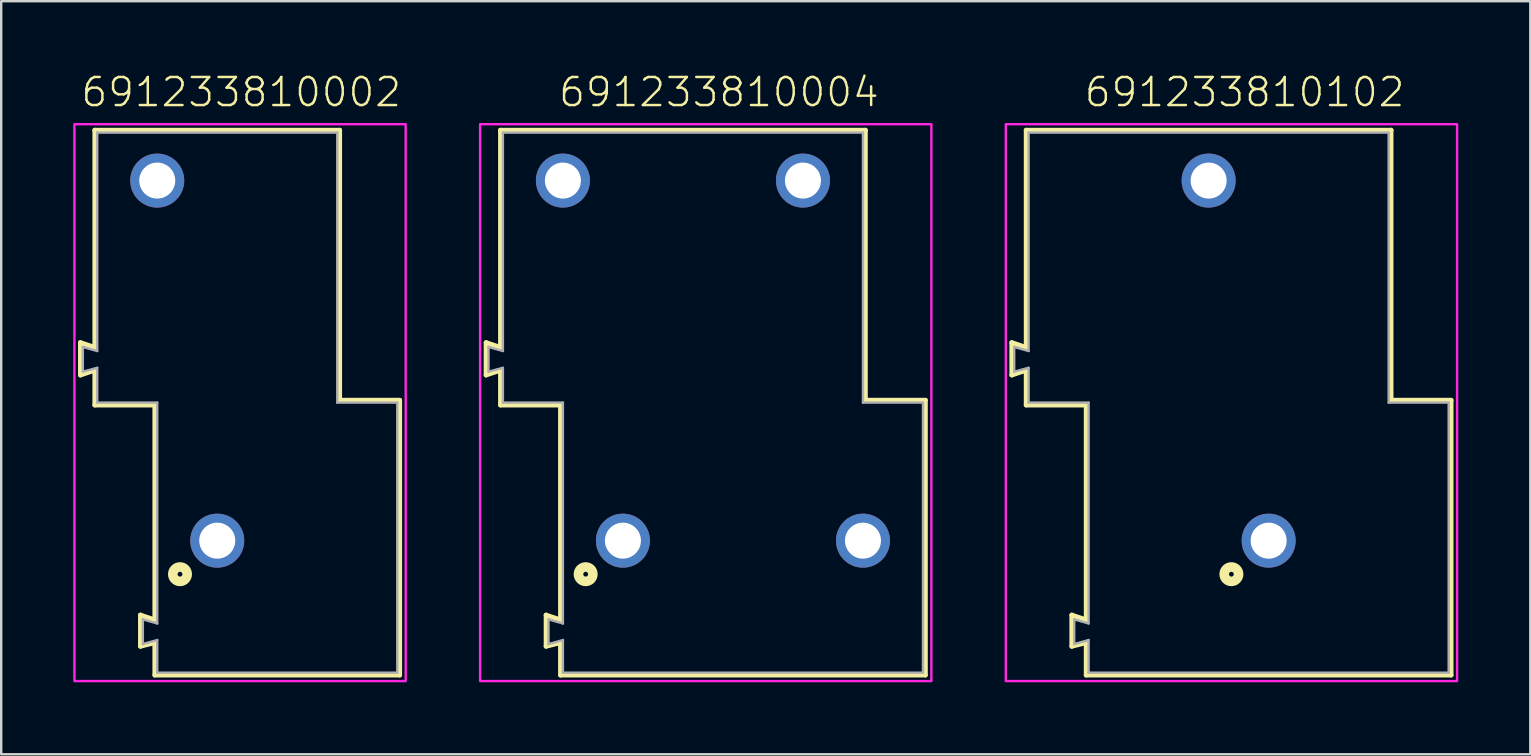
<source format=kicad_pcb>
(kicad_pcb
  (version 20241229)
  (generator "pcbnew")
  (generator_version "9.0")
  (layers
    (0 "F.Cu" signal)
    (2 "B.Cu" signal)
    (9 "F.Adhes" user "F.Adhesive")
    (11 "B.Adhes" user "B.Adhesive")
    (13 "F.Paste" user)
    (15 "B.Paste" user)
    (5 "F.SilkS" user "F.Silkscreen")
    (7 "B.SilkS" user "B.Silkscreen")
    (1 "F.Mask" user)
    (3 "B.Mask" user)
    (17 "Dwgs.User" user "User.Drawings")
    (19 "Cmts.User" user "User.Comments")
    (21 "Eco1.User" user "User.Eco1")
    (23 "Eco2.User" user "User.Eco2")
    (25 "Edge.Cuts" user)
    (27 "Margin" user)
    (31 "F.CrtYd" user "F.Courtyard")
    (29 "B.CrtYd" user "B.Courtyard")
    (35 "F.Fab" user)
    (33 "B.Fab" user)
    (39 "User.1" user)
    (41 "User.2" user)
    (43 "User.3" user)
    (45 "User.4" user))
  (footprint "691233810004"
    (layer "F.Cu")
    (at 27.9 19.473)
    (property "Reference" "691233810004" (at -1 -18 0) (unlocked yes) (layer "F.SilkS") (effects (font (size 1.168 1.168) (thickness 0.102)) (justify bottom)))
    (fp_line (start -10.7 -8.25) (end -10.1 -8.05) (stroke (width 0.2) (type solid)) (layer "F.SilkS"))
    (fp_line (start -10.7 -6.9) (end -10.7 -8.25) (stroke (width 0.2) (type solid)) (layer "F.SilkS"))
    (fp_line (start -10.1 -17.1) (end 5.1 -17.1) (stroke (width 0.2) (type solid)) (layer "F.SilkS"))
    (fp_line (start -10.1 -8.05) (end -10.1 -17.1) (stroke (width 0.2) (type solid)) (layer "F.SilkS"))
    (fp_line (start -10.1 -7.1) (end -10.7 -6.9) (stroke (width 0.2) (type solid)) (layer "F.SilkS"))
    (fp_line (start -10.1 -5.65) (end -10.1 -7.1) (stroke (width 0.2) (type solid)) (layer "F.SilkS"))
    (fp_line (start -8.2 3.1) (end -7.6 3.3) (stroke (width 0.2) (type solid)) (layer "F.SilkS"))
    (fp_line (start -8.2 4.4) (end -8.2 3.1) (stroke (width 0.2) (type solid)) (layer "F.SilkS"))
    (fp_line (start -7.6 -5.65) (end -10.1 -5.65) (stroke (width 0.2) (type solid)) (layer "F.SilkS"))
    (fp_line (start -7.6 3.3) (end -7.6 -5.65) (stroke (width 0.2) (type solid)) (layer "F.SilkS"))
    (fp_line (start -7.6 4.25) (end -8.2 4.4) (stroke (width 0.2) (type solid)) (layer "F.SilkS"))
    (fp_line (start -7.6 5.6) (end -7.6 4.25) (stroke (width 0.2) (type solid)) (layer "F.SilkS"))
    (fp_line (start 5.1 -17.1) (end 5.1 -5.85) (stroke (width 0.2) (type solid)) (layer "F.SilkS"))
    (fp_line (start 5.1 -5.85) (end 7.6 -5.85) (stroke (width 0.2) (type solid)) (layer "F.SilkS"))
    (fp_line (start 7.6 -5.85) (end 7.6 5.6) (stroke (width 0.2) (type solid)) (layer "F.SilkS"))
    (fp_line (start 7.6 5.6) (end -7.6 5.6) (stroke (width 0.2) (type solid)) (layer "F.SilkS"))
    (fp_circle (center -6.552 1.397) (end -6.452 1.397) (stroke (width 0.4) (type solid)) (fill no) (layer "F.SilkS"))
    (fp_poly (pts (xy 7.85 5.85) (xy -10.95 5.85) (xy -10.95 -17.35) (xy 7.85 -17.35)) (stroke (width 0.1) (type default)) (fill no) (layer "F.CrtYd"))
    (fp_line (start -10.6 -8.07) (end -10.6 -7.04) (stroke (width 0.1) (type solid)) (layer "F.Fab"))
    (fp_line (start -10.6 -7.04) (end -10 -7.2) (stroke (width 0.1) (type solid)) (layer "F.Fab"))
    (fp_line (start -10 -17) (end -10 -7.9) (stroke (width 0.1) (type solid)) (layer "F.Fab"))
    (fp_line (start -10 -17) (end 5 -17) (stroke (width 0.1) (type solid)) (layer "F.Fab"))
    (fp_line (start -10 -7.9) (end -10.6 -8.07) (stroke (width 0.1) (type solid)) (layer "F.Fab"))
    (fp_line (start -10 -7.2) (end -10 -5.75) (stroke (width 0.1) (type solid)) (layer "F.Fab"))
    (fp_line (start -10 -5.75) (end -7.5 -5.75) (stroke (width 0.1) (type solid)) (layer "F.Fab"))
    (fp_line (start -8.1 3.28) (end -7.5 3.45) (stroke (width 0.1) (type solid)) (layer "F.Fab"))
    (fp_line (start -8.1 4.31) (end -8.1 3.28) (stroke (width 0.1) (type solid)) (layer "F.Fab"))
    (fp_line (start -8.1 4.31) (end -7.5 4.14) (stroke (width 0.1) (type solid)) (layer "F.Fab"))
    (fp_line (start -7.5 -5.75) (end -7.5 3.45) (stroke (width 0.1) (type solid)) (layer "F.Fab"))
    (fp_line (start -7.5 4.14) (end -7.5 5.5) (stroke (width 0.1) (type solid)) (layer "F.Fab"))
    (fp_line (start -7.5 5.5) (end 7.5 5.5) (stroke (width 0.1) (type solid)) (layer "F.Fab"))
    (fp_line (start 5 -5.75) (end 5 -17) (stroke (width 0.1) (type solid)) (layer "F.Fab"))
    (fp_line (start 5 -5.75) (end 7.5 -5.75) (stroke (width 0.1) (type solid)) (layer "F.Fab"))
    (fp_line (start 7.5 5.5) (end 7.5 -5.75) (stroke (width 0.1) (type solid)) (layer "F.Fab"))
    (pad "1" thru_hole circle (at -5 0) (size 2.25 2.25) (drill 1.5) (layers "*.Cu" "*.Mask"))
    (pad "2" thru_hole circle (at 5 0) (size 2.25 2.25) (drill 1.5) (layers "*.Cu" "*.Mask"))
    (pad "3" thru_hole circle (at -7.5 -15) (size 2.25 2.25) (drill 1.5) (layers "*.Cu" "*.Mask"))
    (pad "4" thru_hole circle (at 2.5 -15) (size 2.25 2.25) (drill 1.5) (layers "*.Cu" "*.Mask")))
  (footprint "691233810002"
    (layer "F.Cu")
    (at 6 19.473)
    (property "Reference" "691233810002" (at 1 -18 0) (unlocked yes) (layer "F.SilkS") (effects (font (size 1.168 1.168) (thickness 0.102)) (justify bottom)))
    (fp_line (start -5.7 -8.25) (end -5.1 -8.05) (stroke (width 0.2) (type solid)) (layer "F.SilkS"))
    (fp_line (start -5.7 -6.9) (end -5.7 -8.25) (stroke (width 0.2) (type solid)) (layer "F.SilkS"))
    (fp_line (start -5.1 -17.1) (end 5.1 -17.1) (stroke (width 0.2) (type solid)) (layer "F.SilkS"))
    (fp_line (start -5.1 -8.05) (end -5.1 -17.1) (stroke (width 0.2) (type solid)) (layer "F.SilkS"))
    (fp_line (start -5.1 -7.1) (end -5.7 -6.9) (stroke (width 0.2) (type solid)) (layer "F.SilkS"))
    (fp_line (start -5.1 -5.65) (end -5.1 -7.1) (stroke (width 0.2) (type solid)) (layer "F.SilkS"))
    (fp_line (start -3.2 3.1) (end -2.6 3.3) (stroke (width 0.2) (type solid)) (layer "F.SilkS"))
    (fp_line (start -3.2 4.4) (end -3.2 3.1) (stroke (width 0.2) (type solid)) (layer "F.SilkS"))
    (fp_line (start -2.6 -5.65) (end -5.1 -5.65) (stroke (width 0.2) (type solid)) (layer "F.SilkS"))
    (fp_line (start -2.6 3.3) (end -2.6 -5.65) (stroke (width 0.2) (type solid)) (layer "F.SilkS"))
    (fp_line (start -2.6 4.25) (end -3.2 4.4) (stroke (width 0.2) (type solid)) (layer "F.SilkS"))
    (fp_line (start -2.6 5.6) (end -2.6 4.25) (stroke (width 0.2) (type solid)) (layer "F.SilkS"))
    (fp_line (start 5.1 -17.1) (end 5.1 -5.85) (stroke (width 0.2) (type solid)) (layer "F.SilkS"))
    (fp_line (start 5.1 -5.85) (end 7.6 -5.85) (stroke (width 0.2) (type solid)) (layer "F.SilkS"))
    (fp_line (start 7.6 -5.85) (end 7.6 5.6) (stroke (width 0.2) (type solid)) (layer "F.SilkS"))
    (fp_line (start 7.6 5.6) (end -2.6 5.6) (stroke (width 0.2) (type solid)) (layer "F.SilkS"))
    (fp_circle (center -1.552 1.397) (end -1.452 1.397) (stroke (width 0.4) (type solid)) (fill no) (layer "F.SilkS"))
    (fp_poly (pts (xy 7.85 5.85) (xy -5.95 5.85) (xy -5.95 -17.35) (xy 7.85 -17.35)) (stroke (width 0.1) (type default)) (fill no) (layer "F.CrtYd"))
    (fp_line (start -5.6 -8.07) (end -5.6 -7.04) (stroke (width 0.1) (type solid)) (layer "F.Fab"))
    (fp_line (start -5.6 -7.04) (end -5 -7.2) (stroke (width 0.1) (type solid)) (layer "F.Fab"))
    (fp_line (start -5 -17) (end -5 -7.9) (stroke (width 0.1) (type solid)) (layer "F.Fab"))
    (fp_line (start -5 -17) (end 5 -17) (stroke (width 0.1) (type solid)) (layer "F.Fab"))
    (fp_line (start -5 -7.9) (end -5.6 -8.07) (stroke (width 0.1) (type solid)) (layer "F.Fab"))
    (fp_line (start -5 -7.2) (end -5 -5.75) (stroke (width 0.1) (type solid)) (layer "F.Fab"))
    (fp_line (start -5 -5.75) (end -2.5 -5.75) (stroke (width 0.1) (type solid)) (layer "F.Fab"))
    (fp_line (start -3.1 3.28) (end -2.5 3.45) (stroke (width 0.1) (type solid)) (layer "F.Fab"))
    (fp_line (start -3.1 4.31) (end -3.1 3.28) (stroke (width 0.1) (type solid)) (layer "F.Fab"))
    (fp_line (start -3.1 4.31) (end -2.5 4.14) (stroke (width 0.1) (type solid)) (layer "F.Fab"))
    (fp_line (start -2.5 -5.75) (end -2.5 3.45) (stroke (width 0.1) (type solid)) (layer "F.Fab"))
    (fp_line (start -2.5 4.14) (end -2.5 5.5) (stroke (width 0.1) (type solid)) (layer "F.Fab"))
    (fp_line (start -2.5 5.5) (end 7.5 5.5) (stroke (width 0.1) (type solid)) (layer "F.Fab"))
    (fp_line (start 5 -5.75) (end 5 -17) (stroke (width 0.1) (type solid)) (layer "F.Fab"))
    (fp_line (start 5 -5.75) (end 7.5 -5.75) (stroke (width 0.1) (type solid)) (layer "F.Fab"))
    (fp_line (start 7.5 5.5) (end 7.5 -5.75) (stroke (width 0.1) (type solid)) (layer "F.Fab"))
    (pad "1" thru_hole circle (at 0 0) (size 2.25 2.25) (drill 1.5) (layers "*.Cu" "*.Mask"))
    (pad "2" thru_hole circle (at -2.5 -15) (size 2.25 2.25) (drill 1.5) (layers "*.Cu" "*.Mask")))
  (footprint "691233810102"
    (layer "F.Cu")
    (at 49.8 19.473)
    (property "Reference" "691233810102" (at -1 -18 0) (unlocked yes) (layer "F.SilkS") (effects (font (size 1.168 1.168) (thickness 0.102)) (justify bottom)))
    (fp_line (start -10.7 -8.25) (end -10.1 -8.05) (stroke (width 0.2) (type solid)) (layer "F.SilkS"))
    (fp_line (start -10.7 -6.9) (end -10.7 -8.25) (stroke (width 0.2) (type solid)) (layer "F.SilkS"))
    (fp_line (start -10.1 -17.1) (end 5.1 -17.1) (stroke (width 0.2) (type solid)) (layer "F.SilkS"))
    (fp_line (start -10.1 -8.05) (end -10.1 -17.1) (stroke (width 0.2) (type solid)) (layer "F.SilkS"))
    (fp_line (start -10.1 -7.1) (end -10.7 -6.9) (stroke (width 0.2) (type solid)) (layer "F.SilkS"))
    (fp_line (start -10.1 -5.65) (end -10.1 -7.1) (stroke (width 0.2) (type solid)) (layer "F.SilkS"))
    (fp_line (start -8.2 3.1) (end -7.6 3.3) (stroke (width 0.2) (type solid)) (layer "F.SilkS"))
    (fp_line (start -8.2 4.4) (end -8.2 3.1) (stroke (width 0.2) (type solid)) (layer "F.SilkS"))
    (fp_line (start -7.6 -5.65) (end -10.1 -5.65) (stroke (width 0.2) (type solid)) (layer "F.SilkS"))
    (fp_line (start -7.6 3.3) (end -7.6 -5.65) (stroke (width 0.2) (type solid)) (layer "F.SilkS"))
    (fp_line (start -7.6 4.25) (end -8.2 4.4) (stroke (width 0.2) (type solid)) (layer "F.SilkS"))
    (fp_line (start -7.6 5.6) (end -7.6 4.25) (stroke (width 0.2) (type solid)) (layer "F.SilkS"))
    (fp_line (start 5.1 -17.1) (end 5.1 -5.85) (stroke (width 0.2) (type solid)) (layer "F.SilkS"))
    (fp_line (start 5.1 -5.85) (end 7.6 -5.85) (stroke (width 0.2) (type solid)) (layer "F.SilkS"))
    (fp_line (start 7.6 -5.85) (end 7.6 5.6) (stroke (width 0.2) (type solid)) (layer "F.SilkS"))
    (fp_line (start 7.6 5.6) (end -7.6 5.6) (stroke (width 0.2) (type solid)) (layer "F.SilkS"))
    (fp_circle (center -1.552 1.397) (end -1.452 1.397) (stroke (width 0.4) (type solid)) (fill no) (layer "F.SilkS"))
    (fp_poly (pts (xy 7.85 5.85) (xy -10.95 5.85) (xy -10.95 -17.35) (xy 7.85 -17.35)) (stroke (width 0.1) (type default)) (fill no) (layer "F.CrtYd"))
    (fp_line (start -10.6 -8.07) (end -10.6 -7.04) (stroke (width 0.1) (type solid)) (layer "F.Fab"))
    (fp_line (start -10.6 -7.04) (end -10 -7.2) (stroke (width 0.1) (type solid)) (layer "F.Fab"))
    (fp_line (start -10 -17) (end -10 -7.9) (stroke (width 0.1) (type solid)) (layer "F.Fab"))
    (fp_line (start -10 -17) (end 5 -17) (stroke (width 0.1) (type solid)) (layer "F.Fab"))
    (fp_line (start -10 -7.9) (end -10.6 -8.07) (stroke (width 0.1) (type solid)) (layer "F.Fab"))
    (fp_line (start -10 -7.2) (end -10 -5.75) (stroke (width 0.1) (type solid)) (layer "F.Fab"))
    (fp_line (start -10 -5.75) (end -7.5 -5.75) (stroke (width 0.1) (type solid)) (layer "F.Fab"))
    (fp_line (start -8.1 3.28) (end -7.5 3.45) (stroke (width 0.1) (type solid)) (layer "F.Fab"))
    (fp_line (start -8.1 4.31) (end -8.1 3.28) (stroke (width 0.1) (type solid)) (layer "F.Fab"))
    (fp_line (start -8.1 4.31) (end -7.5 4.14) (stroke (width 0.1) (type solid)) (layer "F.Fab"))
    (fp_line (start -7.5 -5.75) (end -7.5 3.45) (stroke (width 0.1) (type solid)) (layer "F.Fab"))
    (fp_line (start -7.5 4.14) (end -7.5 5.5) (stroke (width 0.1) (type solid)) (layer "F.Fab"))
    (fp_line (start -7.5 5.5) (end 7.5 5.5) (stroke (width 0.1) (type solid)) (layer "F.Fab"))
    (fp_line (start 5 -5.75) (end 5 -17) (stroke (width 0.1) (type solid)) (layer "F.Fab"))
    (fp_line (start 5 -5.75) (end 7.5 -5.75) (stroke (width 0.1) (type solid)) (layer "F.Fab"))
    (fp_line (start 7.5 5.5) (end 7.5 -5.75) (stroke (width 0.1) (type solid)) (layer "F.Fab"))
    (pad "1" thru_hole circle (at 0 0) (size 2.25 2.25) (drill 1.5) (layers "*.Cu" "*.Mask"))
    (pad "2" thru_hole circle (at -2.5 -15) (size 2.25 2.25) (drill 1.5) (layers "*.Cu" "*.Mask")))
  (gr_rect
    (start -3 -3)
    (end 60.7 28.373)
    (stroke (width 0.1) (type default))
    (fill no)
    (layer "Edge.Cuts")))
</source>
